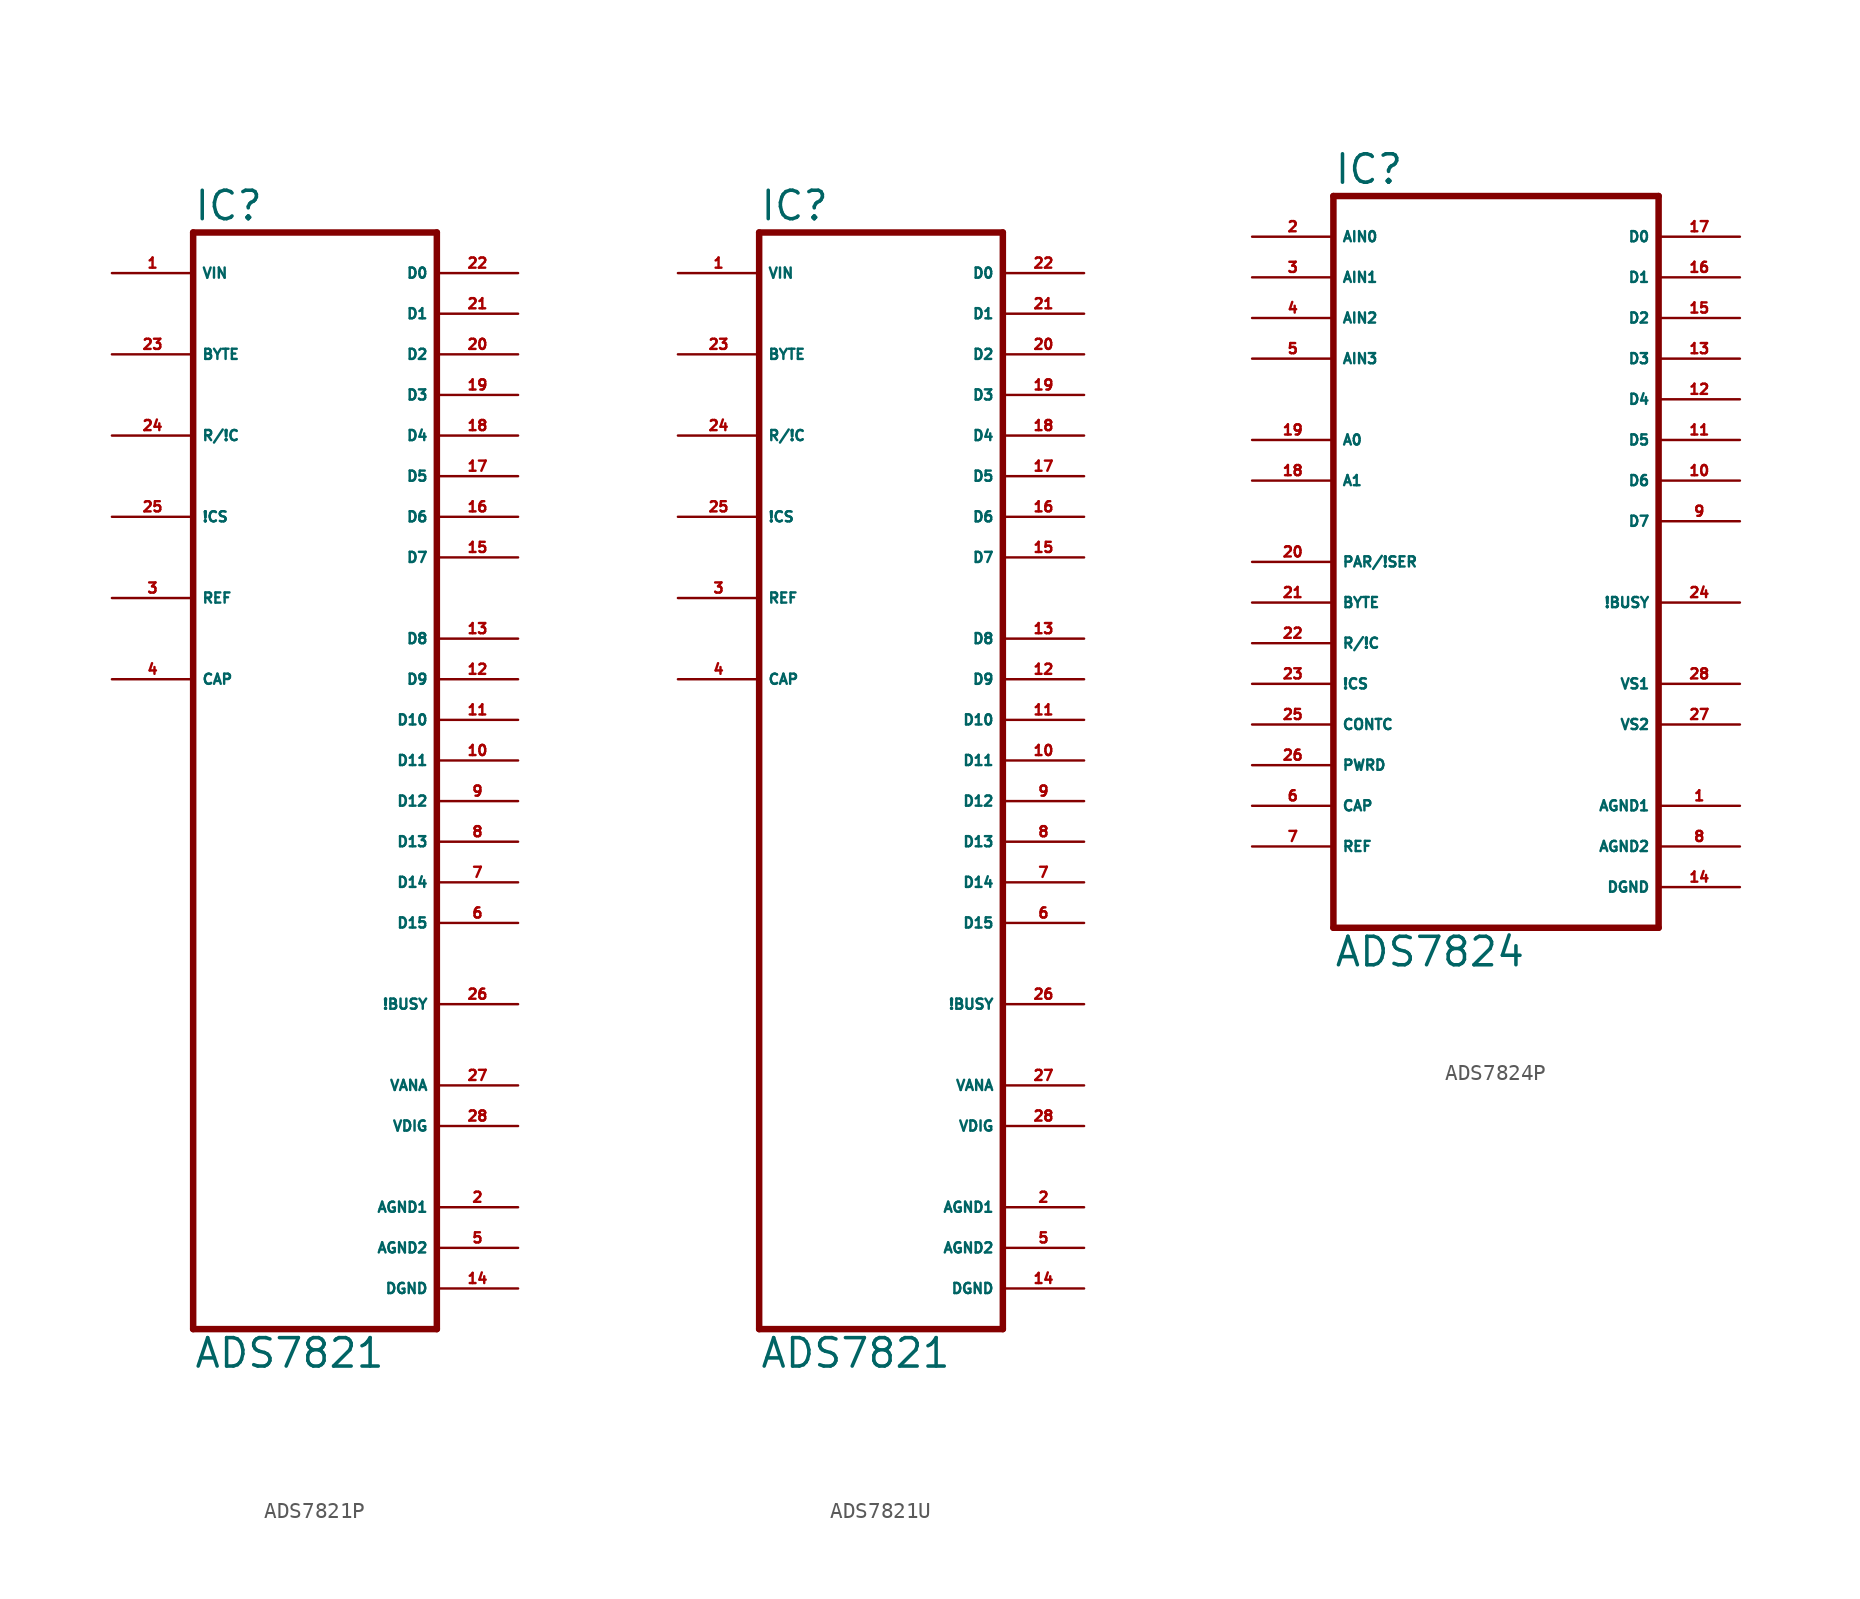
<source format=kicad_sym>
(kicad_symbol_lib
  (version 20220914)
  (generator Eagle2Kicad)
  (symbol "ADS7821P"
    (property "Reference" "IC"
      (at -7.62 36.195 0)
      (effects (font (size 1.778 1.778) (thickness 0.22)) (justify left bottom)))
    (property "Value" "ADS7821"
      (at -7.62 -35.56 0)
      (effects (font (size 1.778 1.778) (thickness 0.22)) (justify left bottom)))
    (polyline
      (pts (xy 7.62 -33.02) (xy -7.62 -33.02))
      (stroke (width 0.406) (type default))
      (fill (type none)))
    (polyline
      (pts (xy -7.62 -33.02) (xy -7.62 35.56))
      (stroke (width 0.406) (type default))
      (fill (type none)))
    (polyline
      (pts (xy -7.62 35.56) (xy 7.62 35.56))
      (stroke (width 0.406) (type default))
      (fill (type none)))
    (polyline
      (pts (xy 7.62 35.56) (xy 7.62 -33.02))
      (stroke (width 0.406) (type default))
      (fill (type none)))
    (pin input line
      (at -12.7 33.02 0)
      (length 5.08)
      (name "VIN" (effects (font (size 0.635 0.635) (thickness 0.08)) (justify left bottom)))
      (number "1" (effects (font (size 0.635 0.635) (thickness 0.08)) (justify left bottom))))
    (pin input line
      (at -12.7 27.94 0)
      (length 5.08)
      (name "BYTE" (effects (font (size 0.635 0.635) (thickness 0.08)) (justify left bottom)))
      (number "23" (effects (font (size 0.635 0.635) (thickness 0.08)) (justify left bottom))))
    (pin input line
      (at -12.7 22.86 0)
      (length 5.08)
      (name "R/!C" (effects (font (size 0.635 0.635) (thickness 0.08)) (justify left bottom)))
      (number "24" (effects (font (size 0.635 0.635) (thickness 0.08)) (justify left bottom))))
    (pin input line
      (at -12.7 17.78 0)
      (length 5.08)
      (name "!CS" (effects (font (size 0.635 0.635) (thickness 0.08)) (justify left bottom)))
      (number "25" (effects (font (size 0.635 0.635) (thickness 0.08)) (justify left bottom))))
    (pin output line
      (at 12.7 33.02 180)
      (length 5.08)
      (name "D0" (effects (font (size 0.635 0.635) (thickness 0.08)) (justify left bottom)))
      (number "22" (effects (font (size 0.635 0.635) (thickness 0.08)) (justify left bottom))))
    (pin output line
      (at 12.7 30.48 180)
      (length 5.08)
      (name "D1" (effects (font (size 0.635 0.635) (thickness 0.08)) (justify left bottom)))
      (number "21" (effects (font (size 0.635 0.635) (thickness 0.08)) (justify left bottom))))
    (pin output line
      (at 12.7 27.94 180)
      (length 5.08)
      (name "D2" (effects (font (size 0.635 0.635) (thickness 0.08)) (justify left bottom)))
      (number "20" (effects (font (size 0.635 0.635) (thickness 0.08)) (justify left bottom))))
    (pin output line
      (at 12.7 25.4 180)
      (length 5.08)
      (name "D3" (effects (font (size 0.635 0.635) (thickness 0.08)) (justify left bottom)))
      (number "19" (effects (font (size 0.635 0.635) (thickness 0.08)) (justify left bottom))))
    (pin output line
      (at 12.7 22.86 180)
      (length 5.08)
      (name "D4" (effects (font (size 0.635 0.635) (thickness 0.08)) (justify left bottom)))
      (number "18" (effects (font (size 0.635 0.635) (thickness 0.08)) (justify left bottom))))
    (pin output line
      (at 12.7 20.32 180)
      (length 5.08)
      (name "D5" (effects (font (size 0.635 0.635) (thickness 0.08)) (justify left bottom)))
      (number "17" (effects (font (size 0.635 0.635) (thickness 0.08)) (justify left bottom))))
    (pin output line
      (at 12.7 17.78 180)
      (length 5.08)
      (name "D6" (effects (font (size 0.635 0.635) (thickness 0.08)) (justify left bottom)))
      (number "16" (effects (font (size 0.635 0.635) (thickness 0.08)) (justify left bottom))))
    (pin output line
      (at 12.7 15.24 180)
      (length 5.08)
      (name "D7" (effects (font (size 0.635 0.635) (thickness 0.08)) (justify left bottom)))
      (number "15" (effects (font (size 0.635 0.635) (thickness 0.08)) (justify left bottom))))
    (pin output line
      (at 12.7 10.16 180)
      (length 5.08)
      (name "D8" (effects (font (size 0.635 0.635) (thickness 0.08)) (justify left bottom)))
      (number "13" (effects (font (size 0.635 0.635) (thickness 0.08)) (justify left bottom))))
    (pin output line
      (at 12.7 7.62 180)
      (length 5.08)
      (name "D9" (effects (font (size 0.635 0.635) (thickness 0.08)) (justify left bottom)))
      (number "12" (effects (font (size 0.635 0.635) (thickness 0.08)) (justify left bottom))))
    (pin output line
      (at 12.7 5.08 180)
      (length 5.08)
      (name "D10" (effects (font (size 0.635 0.635) (thickness 0.08)) (justify left bottom)))
      (number "11" (effects (font (size 0.635 0.635) (thickness 0.08)) (justify left bottom))))
    (pin output line
      (at 12.7 2.54 180)
      (length 5.08)
      (name "D11" (effects (font (size 0.635 0.635) (thickness 0.08)) (justify left bottom)))
      (number "10" (effects (font (size 0.635 0.635) (thickness 0.08)) (justify left bottom))))
    (pin output line
      (at 12.7 0 180)
      (length 5.08)
      (name "D12" (effects (font (size 0.635 0.635) (thickness 0.08)) (justify left bottom)))
      (number "9" (effects (font (size 0.635 0.635) (thickness 0.08)) (justify left bottom))))
    (pin output line
      (at 12.7 -2.54 180)
      (length 5.08)
      (name "D13" (effects (font (size 0.635 0.635) (thickness 0.08)) (justify left bottom)))
      (number "8" (effects (font (size 0.635 0.635) (thickness 0.08)) (justify left bottom))))
    (pin output line
      (at 12.7 -5.08 180)
      (length 5.08)
      (name "D14" (effects (font (size 0.635 0.635) (thickness 0.08)) (justify left bottom)))
      (number "7" (effects (font (size 0.635 0.635) (thickness 0.08)) (justify left bottom))))
    (pin output line
      (at 12.7 -7.62 180)
      (length 5.08)
      (name "D15" (effects (font (size 0.635 0.635) (thickness 0.08)) (justify left bottom)))
      (number "6" (effects (font (size 0.635 0.635) (thickness 0.08)) (justify left bottom))))
    (pin output line
      (at 12.7 -12.7 180)
      (length 5.08)
      (name "!BUSY" (effects (font (size 0.635 0.635) (thickness 0.08)) (justify left bottom)))
      (number "26" (effects (font (size 0.635 0.635) (thickness 0.08)) (justify left bottom))))
    (pin bidirectional line
      (at -12.7 12.7 0)
      (length 5.08)
      (name "REF" (effects (font (size 0.635 0.635) (thickness 0.08)) (justify left bottom)))
      (number "3" (effects (font (size 0.635 0.635) (thickness 0.08)) (justify left bottom))))
    (pin passive line
      (at -12.7 7.62 0)
      (length 5.08)
      (name "CAP" (effects (font (size 0.635 0.635) (thickness 0.08)) (justify left bottom)))
      (number "4" (effects (font (size 0.635 0.635) (thickness 0.08)) (justify left bottom))))
    (pin unspecified line
      (at 12.7 -17.78 180)
      (length 5.08)
      (name "VANA" (effects (font (size 0.635 0.635) (thickness 0.08)) (justify left bottom)))
      (number "27" (effects (font (size 0.635 0.635) (thickness 0.08)) (justify left bottom))))
    (pin unspecified line
      (at 12.7 -20.32 180)
      (length 5.08)
      (name "VDIG" (effects (font (size 0.635 0.635) (thickness 0.08)) (justify left bottom)))
      (number "28" (effects (font (size 0.635 0.635) (thickness 0.08)) (justify left bottom))))
    (pin unspecified line
      (at 12.7 -25.4 180)
      (length 5.08)
      (name "AGND1" (effects (font (size 0.635 0.635) (thickness 0.08)) (justify left bottom)))
      (number "2" (effects (font (size 0.635 0.635) (thickness 0.08)) (justify left bottom))))
    (pin unspecified line
      (at 12.7 -27.94 180)
      (length 5.08)
      (name "AGND2" (effects (font (size 0.635 0.635) (thickness 0.08)) (justify left bottom)))
      (number "5" (effects (font (size 0.635 0.635) (thickness 0.08)) (justify left bottom))))
    (pin unspecified line
      (at 12.7 -30.48 180)
      (length 5.08)
      (name "DGND" (effects (font (size 0.635 0.635) (thickness 0.08)) (justify left bottom)))
      (number "14" (effects (font (size 0.635 0.635) (thickness 0.08)) (justify left bottom)))))
  (symbol "ADS7821U"
    (property "Reference" "IC"
      (at -7.62 36.195 0)
      (effects (font (size 1.778 1.778) (thickness 0.22)) (justify left bottom)))
    (property "Value" "ADS7821"
      (at -7.62 -35.56 0)
      (effects (font (size 1.778 1.778) (thickness 0.22)) (justify left bottom)))
    (polyline
      (pts (xy 7.62 -33.02) (xy -7.62 -33.02))
      (stroke (width 0.406) (type default))
      (fill (type none)))
    (polyline
      (pts (xy -7.62 -33.02) (xy -7.62 35.56))
      (stroke (width 0.406) (type default))
      (fill (type none)))
    (polyline
      (pts (xy -7.62 35.56) (xy 7.62 35.56))
      (stroke (width 0.406) (type default))
      (fill (type none)))
    (polyline
      (pts (xy 7.62 35.56) (xy 7.62 -33.02))
      (stroke (width 0.406) (type default))
      (fill (type none)))
    (pin input line
      (at -12.7 33.02 0)
      (length 5.08)
      (name "VIN" (effects (font (size 0.635 0.635) (thickness 0.08)) (justify left bottom)))
      (number "1" (effects (font (size 0.635 0.635) (thickness 0.08)) (justify left bottom))))
    (pin input line
      (at -12.7 27.94 0)
      (length 5.08)
      (name "BYTE" (effects (font (size 0.635 0.635) (thickness 0.08)) (justify left bottom)))
      (number "23" (effects (font (size 0.635 0.635) (thickness 0.08)) (justify left bottom))))
    (pin input line
      (at -12.7 22.86 0)
      (length 5.08)
      (name "R/!C" (effects (font (size 0.635 0.635) (thickness 0.08)) (justify left bottom)))
      (number "24" (effects (font (size 0.635 0.635) (thickness 0.08)) (justify left bottom))))
    (pin input line
      (at -12.7 17.78 0)
      (length 5.08)
      (name "!CS" (effects (font (size 0.635 0.635) (thickness 0.08)) (justify left bottom)))
      (number "25" (effects (font (size 0.635 0.635) (thickness 0.08)) (justify left bottom))))
    (pin output line
      (at 12.7 33.02 180)
      (length 5.08)
      (name "D0" (effects (font (size 0.635 0.635) (thickness 0.08)) (justify left bottom)))
      (number "22" (effects (font (size 0.635 0.635) (thickness 0.08)) (justify left bottom))))
    (pin output line
      (at 12.7 30.48 180)
      (length 5.08)
      (name "D1" (effects (font (size 0.635 0.635) (thickness 0.08)) (justify left bottom)))
      (number "21" (effects (font (size 0.635 0.635) (thickness 0.08)) (justify left bottom))))
    (pin output line
      (at 12.7 27.94 180)
      (length 5.08)
      (name "D2" (effects (font (size 0.635 0.635) (thickness 0.08)) (justify left bottom)))
      (number "20" (effects (font (size 0.635 0.635) (thickness 0.08)) (justify left bottom))))
    (pin output line
      (at 12.7 25.4 180)
      (length 5.08)
      (name "D3" (effects (font (size 0.635 0.635) (thickness 0.08)) (justify left bottom)))
      (number "19" (effects (font (size 0.635 0.635) (thickness 0.08)) (justify left bottom))))
    (pin output line
      (at 12.7 22.86 180)
      (length 5.08)
      (name "D4" (effects (font (size 0.635 0.635) (thickness 0.08)) (justify left bottom)))
      (number "18" (effects (font (size 0.635 0.635) (thickness 0.08)) (justify left bottom))))
    (pin output line
      (at 12.7 20.32 180)
      (length 5.08)
      (name "D5" (effects (font (size 0.635 0.635) (thickness 0.08)) (justify left bottom)))
      (number "17" (effects (font (size 0.635 0.635) (thickness 0.08)) (justify left bottom))))
    (pin output line
      (at 12.7 17.78 180)
      (length 5.08)
      (name "D6" (effects (font (size 0.635 0.635) (thickness 0.08)) (justify left bottom)))
      (number "16" (effects (font (size 0.635 0.635) (thickness 0.08)) (justify left bottom))))
    (pin output line
      (at 12.7 15.24 180)
      (length 5.08)
      (name "D7" (effects (font (size 0.635 0.635) (thickness 0.08)) (justify left bottom)))
      (number "15" (effects (font (size 0.635 0.635) (thickness 0.08)) (justify left bottom))))
    (pin output line
      (at 12.7 10.16 180)
      (length 5.08)
      (name "D8" (effects (font (size 0.635 0.635) (thickness 0.08)) (justify left bottom)))
      (number "13" (effects (font (size 0.635 0.635) (thickness 0.08)) (justify left bottom))))
    (pin output line
      (at 12.7 7.62 180)
      (length 5.08)
      (name "D9" (effects (font (size 0.635 0.635) (thickness 0.08)) (justify left bottom)))
      (number "12" (effects (font (size 0.635 0.635) (thickness 0.08)) (justify left bottom))))
    (pin output line
      (at 12.7 5.08 180)
      (length 5.08)
      (name "D10" (effects (font (size 0.635 0.635) (thickness 0.08)) (justify left bottom)))
      (number "11" (effects (font (size 0.635 0.635) (thickness 0.08)) (justify left bottom))))
    (pin output line
      (at 12.7 2.54 180)
      (length 5.08)
      (name "D11" (effects (font (size 0.635 0.635) (thickness 0.08)) (justify left bottom)))
      (number "10" (effects (font (size 0.635 0.635) (thickness 0.08)) (justify left bottom))))
    (pin output line
      (at 12.7 0 180)
      (length 5.08)
      (name "D12" (effects (font (size 0.635 0.635) (thickness 0.08)) (justify left bottom)))
      (number "9" (effects (font (size 0.635 0.635) (thickness 0.08)) (justify left bottom))))
    (pin output line
      (at 12.7 -2.54 180)
      (length 5.08)
      (name "D13" (effects (font (size 0.635 0.635) (thickness 0.08)) (justify left bottom)))
      (number "8" (effects (font (size 0.635 0.635) (thickness 0.08)) (justify left bottom))))
    (pin output line
      (at 12.7 -5.08 180)
      (length 5.08)
      (name "D14" (effects (font (size 0.635 0.635) (thickness 0.08)) (justify left bottom)))
      (number "7" (effects (font (size 0.635 0.635) (thickness 0.08)) (justify left bottom))))
    (pin output line
      (at 12.7 -7.62 180)
      (length 5.08)
      (name "D15" (effects (font (size 0.635 0.635) (thickness 0.08)) (justify left bottom)))
      (number "6" (effects (font (size 0.635 0.635) (thickness 0.08)) (justify left bottom))))
    (pin output line
      (at 12.7 -12.7 180)
      (length 5.08)
      (name "!BUSY" (effects (font (size 0.635 0.635) (thickness 0.08)) (justify left bottom)))
      (number "26" (effects (font (size 0.635 0.635) (thickness 0.08)) (justify left bottom))))
    (pin bidirectional line
      (at -12.7 12.7 0)
      (length 5.08)
      (name "REF" (effects (font (size 0.635 0.635) (thickness 0.08)) (justify left bottom)))
      (number "3" (effects (font (size 0.635 0.635) (thickness 0.08)) (justify left bottom))))
    (pin passive line
      (at -12.7 7.62 0)
      (length 5.08)
      (name "CAP" (effects (font (size 0.635 0.635) (thickness 0.08)) (justify left bottom)))
      (number "4" (effects (font (size 0.635 0.635) (thickness 0.08)) (justify left bottom))))
    (pin unspecified line
      (at 12.7 -17.78 180)
      (length 5.08)
      (name "VANA" (effects (font (size 0.635 0.635) (thickness 0.08)) (justify left bottom)))
      (number "27" (effects (font (size 0.635 0.635) (thickness 0.08)) (justify left bottom))))
    (pin unspecified line
      (at 12.7 -20.32 180)
      (length 5.08)
      (name "VDIG" (effects (font (size 0.635 0.635) (thickness 0.08)) (justify left bottom)))
      (number "28" (effects (font (size 0.635 0.635) (thickness 0.08)) (justify left bottom))))
    (pin unspecified line
      (at 12.7 -25.4 180)
      (length 5.08)
      (name "AGND1" (effects (font (size 0.635 0.635) (thickness 0.08)) (justify left bottom)))
      (number "2" (effects (font (size 0.635 0.635) (thickness 0.08)) (justify left bottom))))
    (pin unspecified line
      (at 12.7 -27.94 180)
      (length 5.08)
      (name "AGND2" (effects (font (size 0.635 0.635) (thickness 0.08)) (justify left bottom)))
      (number "5" (effects (font (size 0.635 0.635) (thickness 0.08)) (justify left bottom))))
    (pin unspecified line
      (at 12.7 -30.48 180)
      (length 5.08)
      (name "DGND" (effects (font (size 0.635 0.635) (thickness 0.08)) (justify left bottom)))
      (number "14" (effects (font (size 0.635 0.635) (thickness 0.08)) (justify left bottom)))))
  (symbol "ADS7824P"
    (property "Reference" "IC"
      (at -10.16 23.495 0)
      (effects (font (size 1.778 1.778) (thickness 0.22)) (justify left bottom)))
    (property "Value" "ADS7824"
      (at -10.16 -25.4 0)
      (effects (font (size 1.778 1.778) (thickness 0.22)) (justify left bottom)))
    (polyline
      (pts (xy -10.16 -22.86) (xy 10.16 -22.86))
      (stroke (width 0.406) (type default))
      (fill (type none)))
    (polyline
      (pts (xy 10.16 -22.86) (xy 10.16 22.86))
      (stroke (width 0.406) (type default))
      (fill (type none)))
    (polyline
      (pts (xy 10.16 22.86) (xy -10.16 22.86))
      (stroke (width 0.406) (type default))
      (fill (type none)))
    (polyline
      (pts (xy -10.16 22.86) (xy -10.16 -22.86))
      (stroke (width 0.406) (type default))
      (fill (type none)))
    (pin input line
      (at -15.24 20.32 0)
      (length 5.08)
      (name "AIN0" (effects (font (size 0.635 0.635) (thickness 0.08)) (justify left bottom)))
      (number "2" (effects (font (size 0.635 0.635) (thickness 0.08)) (justify left bottom))))
    (pin input line
      (at -15.24 17.78 0)
      (length 5.08)
      (name "AIN1" (effects (font (size 0.635 0.635) (thickness 0.08)) (justify left bottom)))
      (number "3" (effects (font (size 0.635 0.635) (thickness 0.08)) (justify left bottom))))
    (pin input line
      (at -15.24 12.7 0)
      (length 5.08)
      (name "AIN3" (effects (font (size 0.635 0.635) (thickness 0.08)) (justify left bottom)))
      (number "5" (effects (font (size 0.635 0.635) (thickness 0.08)) (justify left bottom))))
    (pin input line
      (at -15.24 15.24 0)
      (length 5.08)
      (name "AIN2" (effects (font (size 0.635 0.635) (thickness 0.08)) (justify left bottom)))
      (number "4" (effects (font (size 0.635 0.635) (thickness 0.08)) (justify left bottom))))
    (pin input line
      (at -15.24 0 0)
      (length 5.08)
      (name "PAR/!SER" (effects (font (size 0.635 0.635) (thickness 0.08)) (justify left bottom)))
      (number "20" (effects (font (size 0.635 0.635) (thickness 0.08)) (justify left bottom))))
    (pin input line
      (at -15.24 -2.54 0)
      (length 5.08)
      (name "BYTE" (effects (font (size 0.635 0.635) (thickness 0.08)) (justify left bottom)))
      (number "21" (effects (font (size 0.635 0.635) (thickness 0.08)) (justify left bottom))))
    (pin input line
      (at -15.24 -5.08 0)
      (length 5.08)
      (name "R/!C" (effects (font (size 0.635 0.635) (thickness 0.08)) (justify left bottom)))
      (number "22" (effects (font (size 0.635 0.635) (thickness 0.08)) (justify left bottom))))
    (pin input line
      (at -15.24 -7.62 0)
      (length 5.08)
      (name "!CS" (effects (font (size 0.635 0.635) (thickness 0.08)) (justify left bottom)))
      (number "23" (effects (font (size 0.635 0.635) (thickness 0.08)) (justify left bottom))))
    (pin input line
      (at -15.24 -10.16 0)
      (length 5.08)
      (name "CONTC" (effects (font (size 0.635 0.635) (thickness 0.08)) (justify left bottom)))
      (number "25" (effects (font (size 0.635 0.635) (thickness 0.08)) (justify left bottom))))
    (pin input line
      (at -15.24 -12.7 0)
      (length 5.08)
      (name "PWRD" (effects (font (size 0.635 0.635) (thickness 0.08)) (justify left bottom)))
      (number "26" (effects (font (size 0.635 0.635) (thickness 0.08)) (justify left bottom))))
    (pin bidirectional line
      (at 15.24 20.32 180)
      (length 5.08)
      (name "D0" (effects (font (size 0.635 0.635) (thickness 0.08)) (justify left bottom)))
      (number "17" (effects (font (size 0.635 0.635) (thickness 0.08)) (justify left bottom))))
    (pin bidirectional line
      (at 15.24 15.24 180)
      (length 5.08)
      (name "D2" (effects (font (size 0.635 0.635) (thickness 0.08)) (justify left bottom)))
      (number "15" (effects (font (size 0.635 0.635) (thickness 0.08)) (justify left bottom))))
    (pin bidirectional line
      (at 15.24 10.16 180)
      (length 5.08)
      (name "D4" (effects (font (size 0.635 0.635) (thickness 0.08)) (justify left bottom)))
      (number "12" (effects (font (size 0.635 0.635) (thickness 0.08)) (justify left bottom))))
    (pin bidirectional line
      (at -15.24 7.62 0)
      (length 5.08)
      (name "A0" (effects (font (size 0.635 0.635) (thickness 0.08)) (justify left bottom)))
      (number "19" (effects (font (size 0.635 0.635) (thickness 0.08)) (justify left bottom))))
    (pin bidirectional line
      (at -15.24 5.08 0)
      (length 5.08)
      (name "A1" (effects (font (size 0.635 0.635) (thickness 0.08)) (justify left bottom)))
      (number "18" (effects (font (size 0.635 0.635) (thickness 0.08)) (justify left bottom))))
    (pin output line
      (at 15.24 17.78 180)
      (length 5.08)
      (name "D1" (effects (font (size 0.635 0.635) (thickness 0.08)) (justify left bottom)))
      (number "16" (effects (font (size 0.635 0.635) (thickness 0.08)) (justify left bottom))))
    (pin output line
      (at 15.24 12.7 180)
      (length 5.08)
      (name "D3" (effects (font (size 0.635 0.635) (thickness 0.08)) (justify left bottom)))
      (number "13" (effects (font (size 0.635 0.635) (thickness 0.08)) (justify left bottom))))
    (pin output line
      (at 15.24 7.62 180)
      (length 5.08)
      (name "D5" (effects (font (size 0.635 0.635) (thickness 0.08)) (justify left bottom)))
      (number "11" (effects (font (size 0.635 0.635) (thickness 0.08)) (justify left bottom))))
    (pin output line
      (at 15.24 5.08 180)
      (length 5.08)
      (name "D6" (effects (font (size 0.635 0.635) (thickness 0.08)) (justify left bottom)))
      (number "10" (effects (font (size 0.635 0.635) (thickness 0.08)) (justify left bottom))))
    (pin output line
      (at 15.24 2.54 180)
      (length 5.08)
      (name "D7" (effects (font (size 0.635 0.635) (thickness 0.08)) (justify left bottom)))
      (number "9" (effects (font (size 0.635 0.635) (thickness 0.08)) (justify left bottom))))
    (pin output line
      (at 15.24 -2.54 180)
      (length 5.08)
      (name "!BUSY" (effects (font (size 0.635 0.635) (thickness 0.08)) (justify left bottom)))
      (number "24" (effects (font (size 0.635 0.635) (thickness 0.08)) (justify left bottom))))
    (pin unspecified line
      (at 15.24 -15.24 180)
      (length 5.08)
      (name "AGND1" (effects (font (size 0.635 0.635) (thickness 0.08)) (justify left bottom)))
      (number "1" (effects (font (size 0.635 0.635) (thickness 0.08)) (justify left bottom))))
    (pin unspecified line
      (at 15.24 -17.78 180)
      (length 5.08)
      (name "AGND2" (effects (font (size 0.635 0.635) (thickness 0.08)) (justify left bottom)))
      (number "8" (effects (font (size 0.635 0.635) (thickness 0.08)) (justify left bottom))))
    (pin unspecified line
      (at 15.24 -20.32 180)
      (length 5.08)
      (name "DGND" (effects (font (size 0.635 0.635) (thickness 0.08)) (justify left bottom)))
      (number "14" (effects (font (size 0.635 0.635) (thickness 0.08)) (justify left bottom))))
    (pin unspecified line
      (at 15.24 -7.62 180)
      (length 5.08)
      (name "VS1" (effects (font (size 0.635 0.635) (thickness 0.08)) (justify left bottom)))
      (number "28" (effects (font (size 0.635 0.635) (thickness 0.08)) (justify left bottom))))
    (pin unspecified line
      (at 15.24 -10.16 180)
      (length 5.08)
      (name "VS2" (effects (font (size 0.635 0.635) (thickness 0.08)) (justify left bottom)))
      (number "27" (effects (font (size 0.635 0.635) (thickness 0.08)) (justify left bottom))))
    (pin input line
      (at -15.24 -15.24 0)
      (length 5.08)
      (name "CAP" (effects (font (size 0.635 0.635) (thickness 0.08)) (justify left bottom)))
      (number "6" (effects (font (size 0.635 0.635) (thickness 0.08)) (justify left bottom))))
    (pin bidirectional line
      (at -15.24 -17.78 0)
      (length 5.08)
      (name "REF" (effects (font (size 0.635 0.635) (thickness 0.08)) (justify left bottom)))
      (number "7" (effects (font (size 0.635 0.635) (thickness 0.08)) (justify left bottom))))))
</source>
